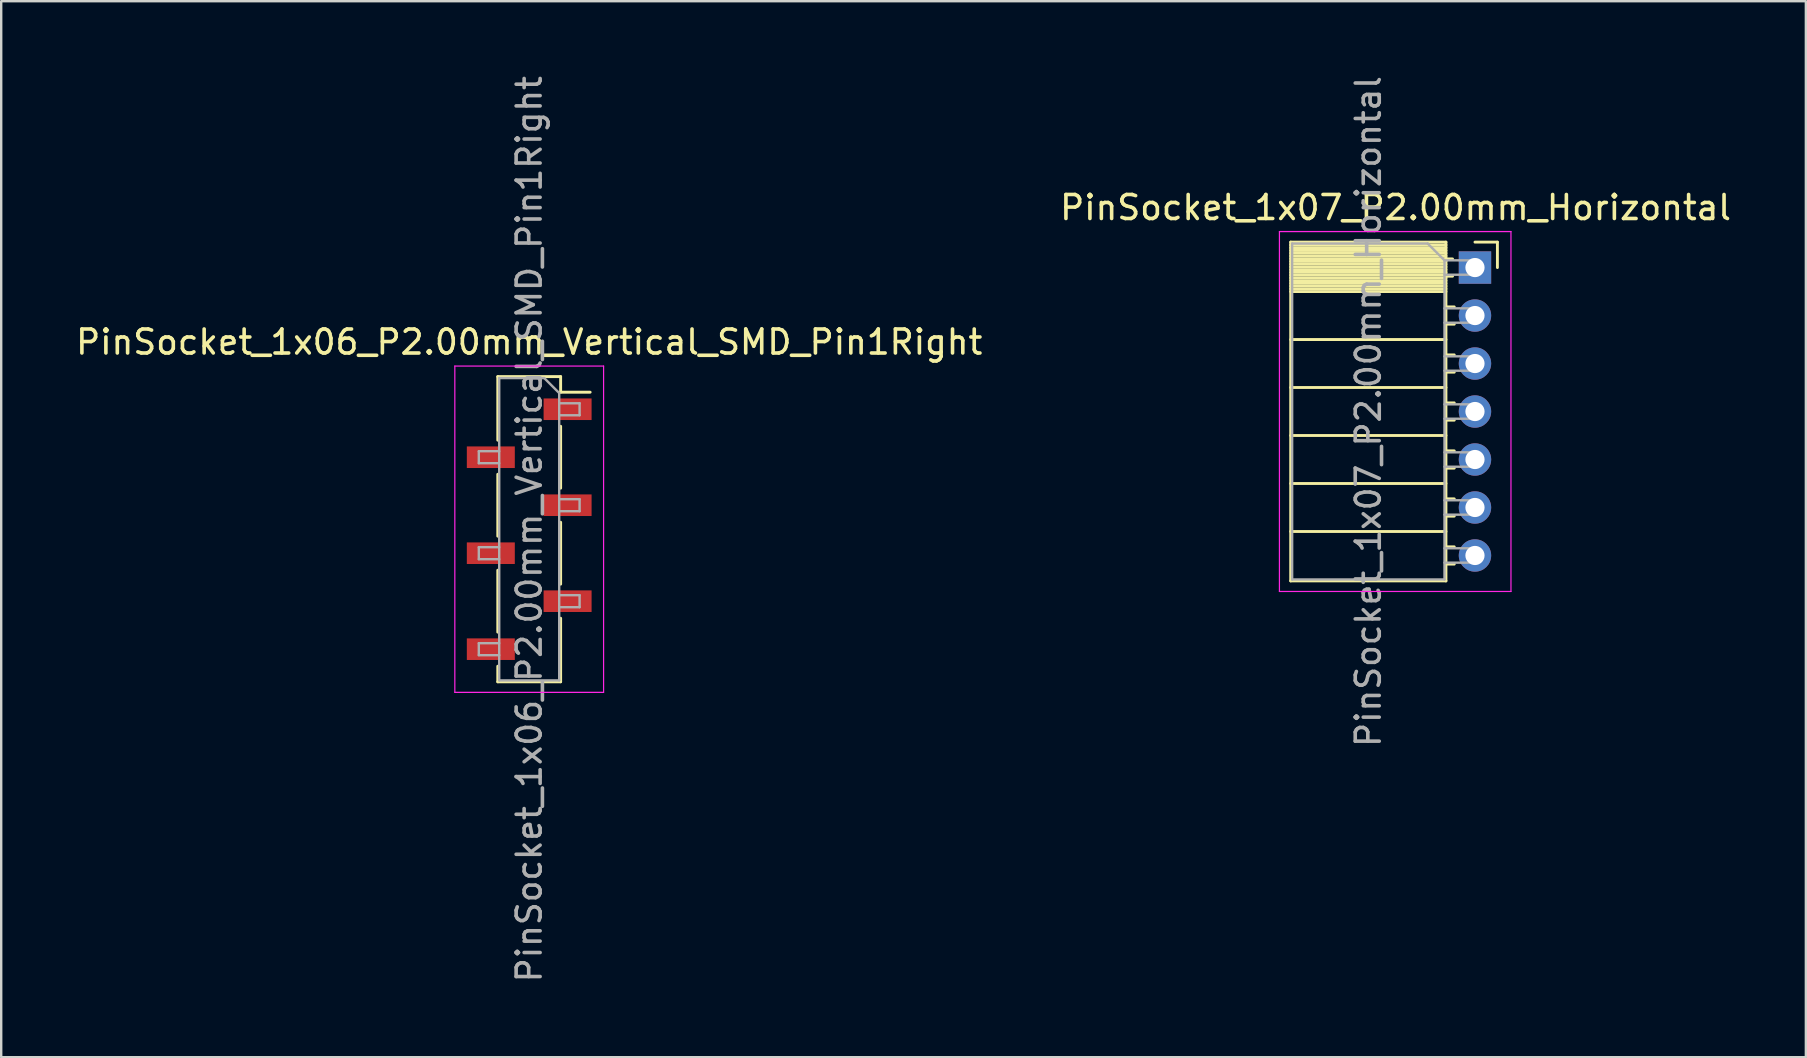
<source format=kicad_pcb>
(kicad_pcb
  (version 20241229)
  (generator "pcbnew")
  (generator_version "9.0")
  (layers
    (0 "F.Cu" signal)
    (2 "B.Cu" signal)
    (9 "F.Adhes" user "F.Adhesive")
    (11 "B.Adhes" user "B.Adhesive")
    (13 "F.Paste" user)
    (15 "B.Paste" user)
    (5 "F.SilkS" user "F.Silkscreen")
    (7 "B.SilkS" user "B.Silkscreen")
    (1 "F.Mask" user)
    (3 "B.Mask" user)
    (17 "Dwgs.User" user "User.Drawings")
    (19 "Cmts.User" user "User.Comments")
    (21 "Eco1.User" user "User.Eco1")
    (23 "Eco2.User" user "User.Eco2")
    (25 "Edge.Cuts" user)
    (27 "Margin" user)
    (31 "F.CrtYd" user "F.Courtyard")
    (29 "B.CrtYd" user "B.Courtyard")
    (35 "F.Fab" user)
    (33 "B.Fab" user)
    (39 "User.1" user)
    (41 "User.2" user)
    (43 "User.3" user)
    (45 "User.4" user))
  (footprint "PinSocket_1x06_P2.00mm_Vertical_SMD_Pin1Right"
    (layer "F.Cu")
    (at 19.006 19.006)
    (property "Reference" "PinSocket_1x06_P2.00mm_Vertical_SMD_Pin1Right" (at 0 -7.8 0) (layer "F.SilkS") (effects (font (size 1 1) (thickness 0.15))))
    (attr smd)
    (fp_line (start -1.31 -6.36) (end -1.31 -3.71) (stroke (width 0.12) (type solid)) (layer "F.SilkS"))
    (fp_line (start -1.31 -6.36) (end 1.31 -6.36) (stroke (width 0.12) (type solid)) (layer "F.SilkS"))
    (fp_line (start -1.31 -2.29) (end -1.31 0.29) (stroke (width 0.12) (type solid)) (layer "F.SilkS"))
    (fp_line (start -1.31 1.71) (end -1.31 4.29) (stroke (width 0.12) (type solid)) (layer "F.SilkS"))
    (fp_line (start -1.31 5.71) (end -1.31 6.36) (stroke (width 0.12) (type solid)) (layer "F.SilkS"))
    (fp_line (start -1.31 6.36) (end 1.31 6.36) (stroke (width 0.12) (type solid)) (layer "F.SilkS"))
    (fp_line (start 1.31 -6.36) (end 1.31 -5.71) (stroke (width 0.12) (type solid)) (layer "F.SilkS"))
    (fp_line (start 1.31 -5.71) (end 2.54 -5.71) (stroke (width 0.12) (type solid)) (layer "F.SilkS"))
    (fp_line (start 1.31 -4.29) (end 1.31 -1.71) (stroke (width 0.12) (type solid)) (layer "F.SilkS"))
    (fp_line (start 1.31 -0.29) (end 1.31 2.29) (stroke (width 0.12) (type solid)) (layer "F.SilkS"))
    (fp_line (start 1.31 3.71) (end 1.31 6.36) (stroke (width 0.12) (type solid)) (layer "F.SilkS"))
    (fp_line (start -3.1 -6.8) (end 3.1 -6.8) (stroke (width 0.05) (type solid)) (layer "F.CrtYd"))
    (fp_line (start -3.1 6.8) (end -3.1 -6.8) (stroke (width 0.05) (type solid)) (layer "F.CrtYd"))
    (fp_line (start 3.1 -6.8) (end 3.1 6.8) (stroke (width 0.05) (type solid)) (layer "F.CrtYd"))
    (fp_line (start 3.1 6.8) (end -3.1 6.8) (stroke (width 0.05) (type solid)) (layer "F.CrtYd"))
    (fp_line (start -2.1 -3.25) (end -1.25 -3.25) (stroke (width 0.1) (type solid)) (layer "F.Fab"))
    (fp_line (start -2.1 -2.75) (end -2.1 -3.25) (stroke (width 0.1) (type solid)) (layer "F.Fab"))
    (fp_line (start -2.1 0.75) (end -1.25 0.75) (stroke (width 0.1) (type solid)) (layer "F.Fab"))
    (fp_line (start -2.1 1.25) (end -2.1 0.75) (stroke (width 0.1) (type solid)) (layer "F.Fab"))
    (fp_line (start -2.1 4.75) (end -1.25 4.75) (stroke (width 0.1) (type solid)) (layer "F.Fab"))
    (fp_line (start -2.1 5.25) (end -2.1 4.75) (stroke (width 0.1) (type solid)) (layer "F.Fab"))
    (fp_line (start -1.25 -6.3) (end 0.625 -6.3) (stroke (width 0.1) (type solid)) (layer "F.Fab"))
    (fp_line (start -1.25 -2.75) (end -2.1 -2.75) (stroke (width 0.1) (type solid)) (layer "F.Fab"))
    (fp_line (start -1.25 1.25) (end -2.1 1.25) (stroke (width 0.1) (type solid)) (layer "F.Fab"))
    (fp_line (start -1.25 5.25) (end -2.1 5.25) (stroke (width 0.1) (type solid)) (layer "F.Fab"))
    (fp_line (start -1.25 6.3) (end -1.25 -6.3) (stroke (width 0.1) (type solid)) (layer "F.Fab"))
    (fp_line (start 0.625 -6.3) (end 1.25 -5.675) (stroke (width 0.1) (type solid)) (layer "F.Fab"))
    (fp_line (start 1.25 -5.675) (end 1.25 6.3) (stroke (width 0.1) (type solid)) (layer "F.Fab"))
    (fp_line (start 1.25 -5.25) (end 2.1 -5.25) (stroke (width 0.1) (type solid)) (layer "F.Fab"))
    (fp_line (start 1.25 -1.25) (end 2.1 -1.25) (stroke (width 0.1) (type solid)) (layer "F.Fab"))
    (fp_line (start 1.25 2.75) (end 2.1 2.75) (stroke (width 0.1) (type solid)) (layer "F.Fab"))
    (fp_line (start 1.25 6.3) (end -1.25 6.3) (stroke (width 0.1) (type solid)) (layer "F.Fab"))
    (fp_line (start 2.1 -5.25) (end 2.1 -4.75) (stroke (width 0.1) (type solid)) (layer "F.Fab"))
    (fp_line (start 2.1 -4.75) (end 1.25 -4.75) (stroke (width 0.1) (type solid)) (layer "F.Fab"))
    (fp_line (start 2.1 -1.25) (end 2.1 -0.75) (stroke (width 0.1) (type solid)) (layer "F.Fab"))
    (fp_line (start 2.1 -0.75) (end 1.25 -0.75) (stroke (width 0.1) (type solid)) (layer "F.Fab"))
    (fp_line (start 2.1 2.75) (end 2.1 3.25) (stroke (width 0.1) (type solid)) (layer "F.Fab"))
    (fp_line (start 2.1 3.25) (end 1.25 3.25) (stroke (width 0.1) (type solid)) (layer "F.Fab"))
    (fp_text user "${REFERENCE}" (at 0 0 90) (layer "F.Fab") (effects (font (size 1 1) (thickness 0.15))))
    (pad "1" smd rect (at 1.6 -5) (size 2 0.9) (layers "F.Cu" "F.Mask" "F.Paste"))
    (pad "2" smd rect (at -1.6 -3) (size 2 0.9) (layers "F.Cu" "F.Mask" "F.Paste"))
    (pad "3" smd rect (at 1.6 -1) (size 2 0.9) (layers "F.Cu" "F.Mask" "F.Paste"))
    (pad "4" smd rect (at -1.6 1) (size 2 0.9) (layers "F.Cu" "F.Mask" "F.Paste"))
    (pad "5" smd rect (at 1.6 3) (size 2 0.9) (layers "F.Cu" "F.Mask" "F.Paste"))
    (pad "6" smd rect (at -1.6 5) (size 2 0.9) (layers "F.Cu" "F.Mask" "F.Paste")))
  (footprint "PinSocket_1x07_P2.00mm_Horizontal"
    (layer "F.Cu")
    (at 58.423 8.101)
    (property "Reference" "PinSocket_1x07_P2.00mm_Horizontal" (at -3.31 -2.5 0) (layer "F.SilkS") (effects (font (size 1 1) (thickness 0.15))))
    (attr through_hole)
    (fp_line (start -7.68 -1.06) (end -7.68 13.06) (stroke (width 0.12) (type solid)) (layer "F.SilkS"))
    (fp_line (start -7.68 -1.06) (end -1.21 -1.06) (stroke (width 0.12) (type solid)) (layer "F.SilkS"))
    (fp_line (start -7.68 -0.94) (end -1.21 -0.94) (stroke (width 0.12) (type solid)) (layer "F.SilkS"))
    (fp_line (start -7.68 -0.826) (end -1.21 -0.826) (stroke (width 0.12) (type solid)) (layer "F.SilkS"))
    (fp_line (start -7.68 -0.712) (end -1.21 -0.712) (stroke (width 0.12) (type solid)) (layer "F.SilkS"))
    (fp_line (start -7.68 -0.598) (end -1.21 -0.598) (stroke (width 0.12) (type solid)) (layer "F.SilkS"))
    (fp_line (start -7.68 -0.484) (end -1.21 -0.484) (stroke (width 0.12) (type solid)) (layer "F.SilkS"))
    (fp_line (start -7.68 -0.369) (end -1.21 -0.369) (stroke (width 0.12) (type solid)) (layer "F.SilkS"))
    (fp_line (start -7.68 -0.255) (end -1.21 -0.255) (stroke (width 0.12) (type solid)) (layer "F.SilkS"))
    (fp_line (start -7.68 -0.141) (end -1.21 -0.141) (stroke (width 0.12) (type solid)) (layer "F.SilkS"))
    (fp_line (start -7.68 -0.027) (end -1.21 -0.027) (stroke (width 0.12) (type solid)) (layer "F.SilkS"))
    (fp_line (start -7.68 0.087) (end -1.21 0.087) (stroke (width 0.12) (type solid)) (layer "F.SilkS"))
    (fp_line (start -7.68 0.201) (end -1.21 0.201) (stroke (width 0.12) (type solid)) (layer "F.SilkS"))
    (fp_line (start -7.68 0.315) (end -1.21 0.315) (stroke (width 0.12) (type solid)) (layer "F.SilkS"))
    (fp_line (start -7.68 0.429) (end -1.21 0.429) (stroke (width 0.12) (type solid)) (layer "F.SilkS"))
    (fp_line (start -7.68 0.544) (end -1.21 0.544) (stroke (width 0.12) (type solid)) (layer "F.SilkS"))
    (fp_line (start -7.68 0.658) (end -1.21 0.658) (stroke (width 0.12) (type solid)) (layer "F.SilkS"))
    (fp_line (start -7.68 0.772) (end -1.21 0.772) (stroke (width 0.12) (type solid)) (layer "F.SilkS"))
    (fp_line (start -7.68 0.886) (end -1.21 0.886) (stroke (width 0.12) (type solid)) (layer "F.SilkS"))
    (fp_line (start -7.68 1) (end -1.21 1) (stroke (width 0.12) (type solid)) (layer "F.SilkS"))
    (fp_line (start -7.68 3) (end -1.21 3) (stroke (width 0.12) (type solid)) (layer "F.SilkS"))
    (fp_line (start -7.68 5) (end -1.21 5) (stroke (width 0.12) (type solid)) (layer "F.SilkS"))
    (fp_line (start -7.68 7) (end -1.21 7) (stroke (width 0.12) (type solid)) (layer "F.SilkS"))
    (fp_line (start -7.68 9) (end -1.21 9) (stroke (width 0.12) (type solid)) (layer "F.SilkS"))
    (fp_line (start -7.68 11) (end -1.21 11) (stroke (width 0.12) (type solid)) (layer "F.SilkS"))
    (fp_line (start -7.68 13.06) (end -1.21 13.06) (stroke (width 0.12) (type solid)) (layer "F.SilkS"))
    (fp_line (start -1.21 -1.06) (end -1.21 13.06) (stroke (width 0.12) (type solid)) (layer "F.SilkS"))
    (fp_line (start -1.21 -0.36) (end -0.935 -0.36) (stroke (width 0.12) (type solid)) (layer "F.SilkS"))
    (fp_line (start -1.21 0.36) (end -0.935 0.36) (stroke (width 0.12) (type solid)) (layer "F.SilkS"))
    (fp_line (start -1.21 1.64) (end -0.863 1.64) (stroke (width 0.12) (type solid)) (layer "F.SilkS"))
    (fp_line (start -1.21 2.36) (end -0.863 2.36) (stroke (width 0.12) (type solid)) (layer "F.SilkS"))
    (fp_line (start -1.21 3.64) (end -0.863 3.64) (stroke (width 0.12) (type solid)) (layer "F.SilkS"))
    (fp_line (start -1.21 4.36) (end -0.863 4.36) (stroke (width 0.12) (type solid)) (layer "F.SilkS"))
    (fp_line (start -1.21 5.64) (end -0.863 5.64) (stroke (width 0.12) (type solid)) (layer "F.SilkS"))
    (fp_line (start -1.21 6.36) (end -0.863 6.36) (stroke (width 0.12) (type solid)) (layer "F.SilkS"))
    (fp_line (start -1.21 7.64) (end -0.863 7.64) (stroke (width 0.12) (type solid)) (layer "F.SilkS"))
    (fp_line (start -1.21 8.36) (end -0.863 8.36) (stroke (width 0.12) (type solid)) (layer "F.SilkS"))
    (fp_line (start -1.21 9.64) (end -0.863 9.64) (stroke (width 0.12) (type solid)) (layer "F.SilkS"))
    (fp_line (start -1.21 10.36) (end -0.863 10.36) (stroke (width 0.12) (type solid)) (layer "F.SilkS"))
    (fp_line (start -1.21 11.64) (end -0.863 11.64) (stroke (width 0.12) (type solid)) (layer "F.SilkS"))
    (fp_line (start -1.21 12.36) (end -0.863 12.36) (stroke (width 0.12) (type solid)) (layer "F.SilkS"))
    (fp_line (start 0 -1.06) (end 0.935 -1.06) (stroke (width 0.12) (type solid)) (layer "F.SilkS"))
    (fp_line (start 0.935 -1.06) (end 0.935 0) (stroke (width 0.12) (type solid)) (layer "F.SilkS"))
    (fp_line (start -8.15 -1.5) (end -8.15 13.5) (stroke (width 0.05) (type solid)) (layer "F.CrtYd"))
    (fp_line (start -8.15 13.5) (end 1.5 13.5) (stroke (width 0.05) (type solid)) (layer "F.CrtYd"))
    (fp_line (start 1.5 -1.5) (end -8.15 -1.5) (stroke (width 0.05) (type solid)) (layer "F.CrtYd"))
    (fp_line (start 1.5 13.5) (end 1.5 -1.5) (stroke (width 0.05) (type solid)) (layer "F.CrtYd"))
    (fp_line (start -7.62 -1) (end -1.97 -1) (stroke (width 0.1) (type solid)) (layer "F.Fab"))
    (fp_line (start -7.62 13) (end -7.62 -1) (stroke (width 0.1) (type solid)) (layer "F.Fab"))
    (fp_line (start -1.97 -1) (end -1.27 -0.3) (stroke (width 0.1) (type solid)) (layer "F.Fab"))
    (fp_line (start -1.27 -0.3) (end -1.27 13) (stroke (width 0.1) (type solid)) (layer "F.Fab"))
    (fp_line (start -1.27 0.3) (end 0 0.3) (stroke (width 0.1) (type solid)) (layer "F.Fab"))
    (fp_line (start -1.27 2.3) (end 0 2.3) (stroke (width 0.1) (type solid)) (layer "F.Fab"))
    (fp_line (start -1.27 4.3) (end 0 4.3) (stroke (width 0.1) (type solid)) (layer "F.Fab"))
    (fp_line (start -1.27 6.3) (end 0 6.3) (stroke (width 0.1) (type solid)) (layer "F.Fab"))
    (fp_line (start -1.27 8.3) (end 0 8.3) (stroke (width 0.1) (type solid)) (layer "F.Fab"))
    (fp_line (start -1.27 10.3) (end 0 10.3) (stroke (width 0.1) (type solid)) (layer "F.Fab"))
    (fp_line (start -1.27 12.3) (end 0 12.3) (stroke (width 0.1) (type solid)) (layer "F.Fab"))
    (fp_line (start -1.27 13) (end -7.62 13) (stroke (width 0.1) (type solid)) (layer "F.Fab"))
    (fp_line (start 0 -0.3) (end -1.27 -0.3) (stroke (width 0.1) (type solid)) (layer "F.Fab"))
    (fp_line (start 0 0.3) (end 0 -0.3) (stroke (width 0.1) (type solid)) (layer "F.Fab"))
    (fp_line (start 0 1.7) (end -1.27 1.7) (stroke (width 0.1) (type solid)) (layer "F.Fab"))
    (fp_line (start 0 2.3) (end 0 1.7) (stroke (width 0.1) (type solid)) (layer "F.Fab"))
    (fp_line (start 0 3.7) (end -1.27 3.7) (stroke (width 0.1) (type solid)) (layer "F.Fab"))
    (fp_line (start 0 4.3) (end 0 3.7) (stroke (width 0.1) (type solid)) (layer "F.Fab"))
    (fp_line (start 0 5.7) (end -1.27 5.7) (stroke (width 0.1) (type solid)) (layer "F.Fab"))
    (fp_line (start 0 6.3) (end 0 5.7) (stroke (width 0.1) (type solid)) (layer "F.Fab"))
    (fp_line (start 0 7.7) (end -1.27 7.7) (stroke (width 0.1) (type solid)) (layer "F.Fab"))
    (fp_line (start 0 8.3) (end 0 7.7) (stroke (width 0.1) (type solid)) (layer "F.Fab"))
    (fp_line (start 0 9.7) (end -1.27 9.7) (stroke (width 0.1) (type solid)) (layer "F.Fab"))
    (fp_line (start 0 10.3) (end 0 9.7) (stroke (width 0.1) (type solid)) (layer "F.Fab"))
    (fp_line (start 0 11.7) (end -1.27 11.7) (stroke (width 0.1) (type solid)) (layer "F.Fab"))
    (fp_line (start 0 12.3) (end 0 11.7) (stroke (width 0.1) (type solid)) (layer "F.Fab"))
    (fp_text user "${REFERENCE}" (at -4.445 6 90) (layer "F.Fab") (effects (font (size 1 1) (thickness 0.15))))
    (pad "1" thru_hole rect (at 0 0) (size 1.35 1.35) (drill 0.8) (layers "*.Cu" "*.Mask"))
    (pad "2" thru_hole oval (at 0 2) (size 1.35 1.35) (drill 0.8) (layers "*.Cu" "*.Mask"))
    (pad "3" thru_hole oval (at 0 4) (size 1.35 1.35) (drill 0.8) (layers "*.Cu" "*.Mask"))
    (pad "4" thru_hole oval (at 0 6) (size 1.35 1.35) (drill 0.8) (layers "*.Cu" "*.Mask"))
    (pad "5" thru_hole oval (at 0 8) (size 1.35 1.35) (drill 0.8) (layers "*.Cu" "*.Mask"))
    (pad "6" thru_hole oval (at 0 10) (size 1.35 1.35) (drill 0.8) (layers "*.Cu" "*.Mask"))
    (pad "7" thru_hole oval (at 0 12) (size 1.35 1.35) (drill 0.8) (layers "*.Cu" "*.Mask")))
  (gr_rect
    (start -3 -3)
    (end 72.214 41.012)
    (stroke (width 0.1) (type default))
    (fill no)
    (layer "Edge.Cuts")))
</source>
